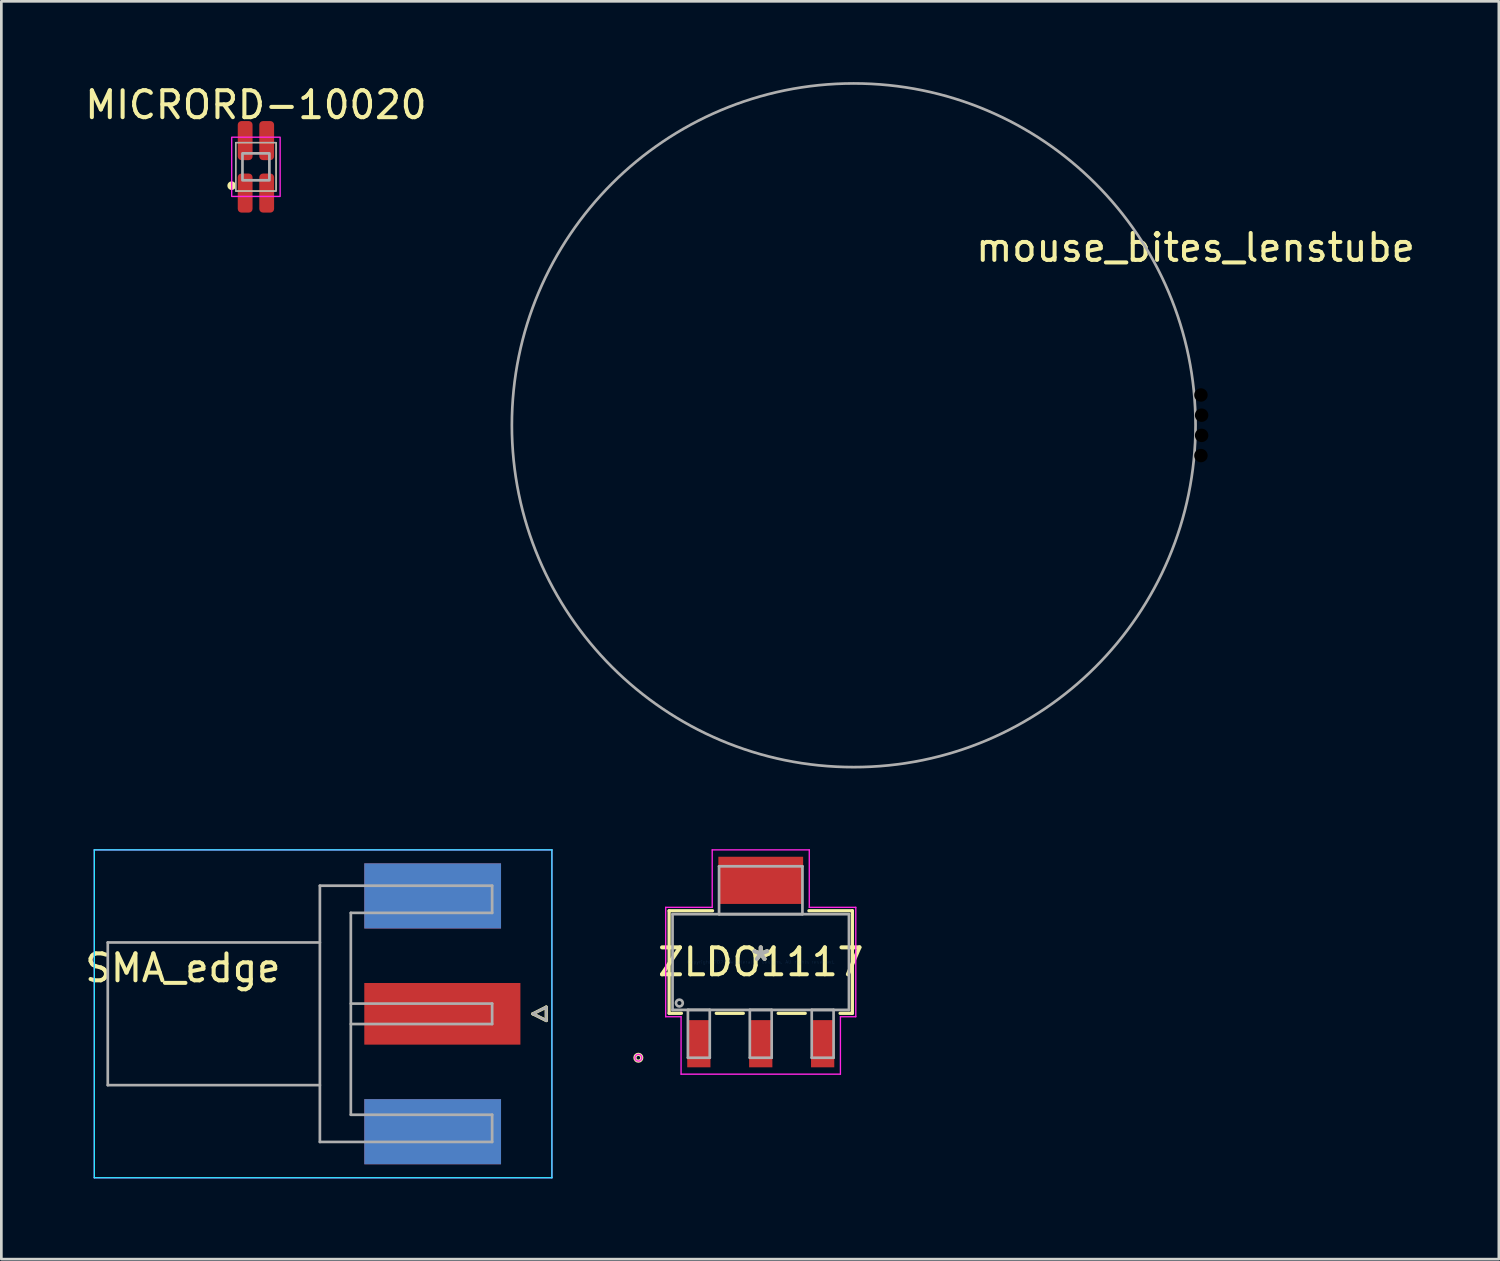
<source format=kicad_pcb>
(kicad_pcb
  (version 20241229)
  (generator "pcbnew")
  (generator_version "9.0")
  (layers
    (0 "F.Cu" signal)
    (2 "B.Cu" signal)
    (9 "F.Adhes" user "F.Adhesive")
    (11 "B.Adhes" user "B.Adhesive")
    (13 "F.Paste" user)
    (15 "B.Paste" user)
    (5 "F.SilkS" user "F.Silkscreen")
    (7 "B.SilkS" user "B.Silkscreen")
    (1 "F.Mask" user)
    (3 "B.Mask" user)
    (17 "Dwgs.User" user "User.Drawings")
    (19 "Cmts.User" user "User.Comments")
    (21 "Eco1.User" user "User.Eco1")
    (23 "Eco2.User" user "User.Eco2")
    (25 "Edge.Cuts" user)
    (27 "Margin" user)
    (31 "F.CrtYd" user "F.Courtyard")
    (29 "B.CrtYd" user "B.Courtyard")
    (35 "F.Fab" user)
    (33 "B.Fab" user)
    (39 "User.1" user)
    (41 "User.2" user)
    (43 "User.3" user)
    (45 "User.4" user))
  (footprint "MICRORD-10020"
    (layer "F.Cu")
    (at 6.458 3.148)
    (property "Reference" "MICRORD-10020" (at 0 -2.3 0) (unlocked yes) (layer "F.SilkS") (effects (font (size 1 1) (thickness 0.15))))
    (attr smd)
    (fp_rect (start 0.75 0.9) (end -0.75 -0.9) (stroke (width 0.05) (type solid)) (fill no) (layer "F.SilkS"))
    (fp_circle (center -0.9 0.7) (end -0.8 0.7) (stroke (width 0.12) (type solid)) (fill yes) (layer "F.SilkS"))
    (fp_rect (start -0.9 -1.1) (end 0.9 1.1) (stroke (width 0.05) (type solid)) (fill no) (layer "F.CrtYd"))
    (fp_rect (start -0.5 -0.5) (end 0.5 0.5) (stroke (width 0.1) (type solid)) (fill no) (layer "F.Fab"))
    (fp_rect (start 0.75 0.9) (end -0.75 -0.9) (stroke (width 0.05) (type solid)) (fill no) (layer "F.Fab"))
    (pad "1" smd roundrect (at -0.4 0.975) (size 0.55 1.45) (layers "F.Cu" "F.Mask" "F.Paste") (roundrect_rratio 0.25))
    (pad "2" smd roundrect (at 0.4 0.975) (size 0.55 1.45) (layers "F.Cu" "F.Mask" "F.Paste") (roundrect_rratio 0.25))
    (pad "3" smd roundrect (at 0.4 -0.975) (size 0.55 1.45) (layers "F.Cu" "F.Mask" "F.Paste") (roundrect_rratio 0.25))
    (pad "4" smd roundrect (at -0.4 -0.975) (size 0.55 1.45) (layers "F.Cu" "F.Mask" "F.Paste") (roundrect_rratio 0.25)))
  (footprint "mouse_bites_lenstube"
    (layer "F.Cu")
    (at 41.367 12.75)
    (property "Reference" "mouse_bites_lenstube" (at 0 -6.6 0) (unlocked yes) (layer "F.SilkS") (effects (font (size 1 1) (thickness 0.15))))
    (fp_circle (center -12.7 0) (end 0 0) (stroke (width 0.1) (type solid)) (fill no) (layer "F.Fab"))
    (pad "" np_thru_hole circle (at 0.2 -1.125) (size 0.7 0.7) (drill 0.5) (layers "*.Mask"))
    (pad "" np_thru_hole circle (at 0.2 1.125) (size 0.7 0.7) (drill 0.5) (layers "*.Mask"))
    (pad "" np_thru_hole circle (at 0.225 -0.375) (size 0.7 0.7) (drill 0.5) (layers "*.Mask"))
    (pad "" np_thru_hole circle (at 0.225 0.375) (size 0.7 0.7) (drill 0.5) (layers "*.Mask")))
  (footprint "ZLDO1117"
    (layer "F.Cu")
    (at 25.213 32.691)
    (property "Reference" "ZLDO1117" (at 0 0 0) (layer "F.SilkS") (effects (font (size 1 1) (thickness 0.15))))
    (attr through_hole)
    (fp_line (start -3.404 -1.905) (end -3.404 1.905) (stroke (width 0.12) (type solid)) (layer "F.SilkS"))
    (fp_line (start -3.404 1.905) (end -2.947 1.905) (stroke (width 0.12) (type solid)) (layer "F.SilkS"))
    (fp_line (start -1.79 -1.905) (end -3.404 -1.905) (stroke (width 0.12) (type solid)) (layer "F.SilkS"))
    (fp_line (start -1.653 1.905) (end -0.647 1.905) (stroke (width 0.12) (type solid)) (layer "F.SilkS"))
    (fp_line (start 0.647 1.905) (end 1.653 1.905) (stroke (width 0.12) (type solid)) (layer "F.SilkS"))
    (fp_line (start 2.947 1.905) (end 3.404 1.905) (stroke (width 0.12) (type solid)) (layer "F.SilkS"))
    (fp_line (start 3.404 -1.905) (end 1.79 -1.905) (stroke (width 0.12) (type solid)) (layer "F.SilkS"))
    (fp_line (start 3.404 1.905) (end 3.404 -1.905) (stroke (width 0.12) (type solid)) (layer "F.SilkS"))
    (fp_circle (center -4.547 3.556) (end -4.42 3.556) (stroke (width 0.12) (type solid)) (fill no) (layer "F.SilkS"))
    (fp_line (start -3.531 -2.032) (end -1.803 -2.032) (stroke (width 0.05) (type solid)) (layer "F.CrtYd"))
    (fp_line (start -3.531 2.032) (end -3.531 -2.032) (stroke (width 0.05) (type solid)) (layer "F.CrtYd"))
    (fp_line (start -2.96 2.032) (end -3.531 2.032) (stroke (width 0.05) (type solid)) (layer "F.CrtYd"))
    (fp_line (start -2.96 4.166) (end -2.96 2.032) (stroke (width 0.05) (type solid)) (layer "F.CrtYd"))
    (fp_line (start -1.803 -4.166) (end 1.803 -4.166) (stroke (width 0.05) (type solid)) (layer "F.CrtYd"))
    (fp_line (start -1.803 -2.032) (end -1.803 -4.166) (stroke (width 0.05) (type solid)) (layer "F.CrtYd"))
    (fp_line (start 1.803 -4.166) (end 1.803 -2.032) (stroke (width 0.05) (type solid)) (layer "F.CrtYd"))
    (fp_line (start 1.803 -2.032) (end 3.531 -2.032) (stroke (width 0.05) (type solid)) (layer "F.CrtYd"))
    (fp_line (start 2.96 2.032) (end 2.96 4.166) (stroke (width 0.05) (type solid)) (layer "F.CrtYd"))
    (fp_line (start 2.96 4.166) (end -2.96 4.166) (stroke (width 0.05) (type solid)) (layer "F.CrtYd"))
    (fp_line (start 3.531 -2.032) (end 3.531 2.032) (stroke (width 0.05) (type solid)) (layer "F.CrtYd"))
    (fp_line (start 3.531 2.032) (end 2.96 2.032) (stroke (width 0.05) (type solid)) (layer "F.CrtYd"))
    (fp_circle (center -4.547 3.556) (end -4.42 3.556) (stroke (width 0.05) (type solid)) (fill no) (layer "F.CrtYd"))
    (fp_line (start -3.277 -1.778) (end -3.277 1.778) (stroke (width 0.1) (type solid)) (layer "F.Fab"))
    (fp_line (start -3.277 1.778) (end 3.277 1.778) (stroke (width 0.1) (type solid)) (layer "F.Fab"))
    (fp_line (start -2.706 1.778) (end -2.706 3.556) (stroke (width 0.1) (type solid)) (layer "F.Fab"))
    (fp_line (start -2.706 3.556) (end -1.894 3.556) (stroke (width 0.1) (type solid)) (layer "F.Fab"))
    (fp_line (start -1.894 1.778) (end -2.706 1.778) (stroke (width 0.1) (type solid)) (layer "F.Fab"))
    (fp_line (start -1.894 3.556) (end -1.894 1.778) (stroke (width 0.1) (type solid)) (layer "F.Fab"))
    (fp_line (start -1.549 -3.556) (end -1.549 -1.778) (stroke (width 0.1) (type solid)) (layer "F.Fab"))
    (fp_line (start -1.549 -1.778) (end 1.549 -1.778) (stroke (width 0.1) (type solid)) (layer "F.Fab"))
    (fp_line (start -0.406 1.778) (end -0.406 3.556) (stroke (width 0.1) (type solid)) (layer "F.Fab"))
    (fp_line (start -0.406 3.556) (end 0.406 3.556) (stroke (width 0.1) (type solid)) (layer "F.Fab"))
    (fp_line (start 0.406 1.778) (end -0.406 1.778) (stroke (width 0.1) (type solid)) (layer "F.Fab"))
    (fp_line (start 0.406 3.556) (end 0.406 1.778) (stroke (width 0.1) (type solid)) (layer "F.Fab"))
    (fp_line (start 1.549 -3.556) (end -1.549 -3.556) (stroke (width 0.1) (type solid)) (layer "F.Fab"))
    (fp_line (start 1.549 -1.778) (end 1.549 -3.556) (stroke (width 0.1) (type solid)) (layer "F.Fab"))
    (fp_line (start 1.894 1.778) (end 1.894 3.556) (stroke (width 0.1) (type solid)) (layer "F.Fab"))
    (fp_line (start 1.894 3.556) (end 2.706 3.556) (stroke (width 0.1) (type solid)) (layer "F.Fab"))
    (fp_line (start 2.706 1.778) (end 1.894 1.778) (stroke (width 0.1) (type solid)) (layer "F.Fab"))
    (fp_line (start 2.706 3.556) (end 2.706 1.778) (stroke (width 0.1) (type solid)) (layer "F.Fab"))
    (fp_line (start 3.277 -1.778) (end -3.277 -1.778) (stroke (width 0.1) (type solid)) (layer "F.Fab"))
    (fp_line (start 3.277 1.778) (end 3.277 -1.778) (stroke (width 0.1) (type solid)) (layer "F.Fab"))
    (fp_circle (center -3.023 1.524) (end -2.896 1.524) (stroke (width 0.1) (type solid)) (fill no) (layer "F.Fab"))
    (fp_text user "*" (at 0 0 0) (layer "F.SilkS") (effects (font (size 1 1) (thickness 0.15))))
    (fp_text user "Copyright 2021 Accelerated Designs. All rights reserved." (at 0 0 0) (layer "Cmts.User") (effects (font (size 0.127 0.127) (thickness 0.002))))
    (fp_text user "*" (at 0 0 0) (layer "F.Fab") (effects (font (size 1 1) (thickness 0.15))))
    (pad "1" smd rect (at -2.3 3.035) (size 0.864 1.753) (layers "F.Cu" "F.Mask" "F.Paste"))
    (pad "2" smd rect (at 0 3.035) (size 0.864 1.753) (layers "F.Cu" "F.Mask" "F.Paste"))
    (pad "3" smd rect (at 2.3 3.035) (size 0.864 1.753) (layers "F.Cu" "F.Mask" "F.Paste"))
    (pad "4" smd rect (at 0 -3.035) (size 3.15 1.753) (layers "F.Cu" "F.Mask" "F.Paste")))
  (footprint "SMA_edge"
    (layer "F.Cu")
    (at 14.744 34.615)
    (property "Reference" "SMA_edge" (at -11 -1.7 0) (layer "F.SilkS") (effects (font (size 1 1) (thickness 0.15))))
    (attr through_hole)
    (fp_line (start 2 0) (end 2.5 -0.25) (stroke (width 0.12) (type solid)) (layer "F.SilkS"))
    (fp_line (start 2.5 -0.25) (end 2.5 0.25) (stroke (width 0.12) (type solid)) (layer "F.SilkS"))
    (fp_line (start 2.5 0.25) (end 2 0) (stroke (width 0.12) (type solid)) (layer "F.SilkS"))
    (fp_line (start -14.29 -6.09) (end -14.29 6.09) (stroke (width 0.05) (type solid)) (layer "B.CrtYd"))
    (fp_line (start -14.29 -6.09) (end 2.71 -6.09) (stroke (width 0.05) (type solid)) (layer "B.CrtYd"))
    (fp_line (start -14.29 6.09) (end 2.71 6.09) (stroke (width 0.05) (type solid)) (layer "B.CrtYd"))
    (fp_line (start 2.71 -6.09) (end 2.71 6.09) (stroke (width 0.05) (type solid)) (layer "B.CrtYd"))
    (fp_line (start -14.29 -6.09) (end -14.29 6.09) (stroke (width 0.05) (type solid)) (layer "F.CrtYd"))
    (fp_line (start -14.29 6.09) (end 2.71 6.09) (stroke (width 0.05) (type solid)) (layer "F.CrtYd"))
    (fp_line (start 2.71 -6.09) (end -14.29 -6.09) (stroke (width 0.05) (type solid)) (layer "F.CrtYd"))
    (fp_line (start 2.71 -6.09) (end 2.71 6.09) (stroke (width 0.05) (type solid)) (layer "F.CrtYd"))
    (fp_line (start -13.79 -2.65) (end -13.79 2.65) (stroke (width 0.1) (type solid)) (layer "F.Fab"))
    (fp_line (start -13.79 -2.65) (end -5.91 -2.65) (stroke (width 0.1) (type solid)) (layer "F.Fab"))
    (fp_line (start -13.79 2.65) (end -5.91 2.65) (stroke (width 0.1) (type solid)) (layer "F.Fab"))
    (fp_line (start -5.91 -4.76) (end -5.91 4.76) (stroke (width 0.1) (type solid)) (layer "F.Fab"))
    (fp_line (start -5.91 4.76) (end 0.49 4.76) (stroke (width 0.1) (type solid)) (layer "F.Fab"))
    (fp_line (start -4.76 -3.75) (end -4.76 3.75) (stroke (width 0.1) (type solid)) (layer "F.Fab"))
    (fp_line (start -4.76 -3.75) (end 0.49 -3.75) (stroke (width 0.1) (type solid)) (layer "F.Fab"))
    (fp_line (start -4.76 -0.38) (end 0.49 -0.38) (stroke (width 0.1) (type solid)) (layer "F.Fab"))
    (fp_line (start -4.76 0.38) (end 0.49 0.38) (stroke (width 0.1) (type solid)) (layer "F.Fab"))
    (fp_line (start -4.76 3.75) (end 0.49 3.75) (stroke (width 0.1) (type solid)) (layer "F.Fab"))
    (fp_line (start 0.49 -4.76) (end -5.91 -4.76) (stroke (width 0.1) (type solid)) (layer "F.Fab"))
    (fp_line (start 0.49 -4.76) (end 0.49 -3.75) (stroke (width 0.1) (type solid)) (layer "F.Fab"))
    (fp_line (start 0.49 -0.38) (end 0.49 0.38) (stroke (width 0.1) (type solid)) (layer "F.Fab"))
    (fp_line (start 0.49 3.75) (end 0.49 4.76) (stroke (width 0.1) (type solid)) (layer "F.Fab"))
    (fp_line (start 2 0) (end 2.5 0.25) (stroke (width 0.1) (type solid)) (layer "F.Fab"))
    (fp_line (start 2.5 -0.25) (end 2 0) (stroke (width 0.1) (type solid)) (layer "F.Fab"))
    (fp_line (start 2.5 0.25) (end 2.5 -0.25) (stroke (width 0.1) (type solid)) (layer "F.Fab"))
    (pad "1" smd rect (at -1.36 0) (size 5.8 2.29) (layers "F.Cu" "F.Mask" "F.Paste"))
    (pad "2" smd rect (at -1.72 -4.38) (size 5.08 2.42) (layers "F.Cu" "F.Mask" "F.Paste"))
    (pad "2" smd rect (at -1.72 -4.38) (size 5.08 2.42) (layers "B.Cu" "B.Mask" "B.Paste"))
    (pad "2" smd rect (at -1.72 4.38) (size 5.08 2.42) (layers "F.Cu" "F.Mask" "F.Paste"))
    (pad "2" smd rect (at -1.72 4.38) (size 5.08 2.42) (layers "B.Cu" "B.Mask" "B.Paste")))
  (gr_rect
    (start -3 -3)
    (end 52.635 43.73)
    (stroke (width 0.1) (type default))
    (fill no)
    (layer "Edge.Cuts")))
</source>
